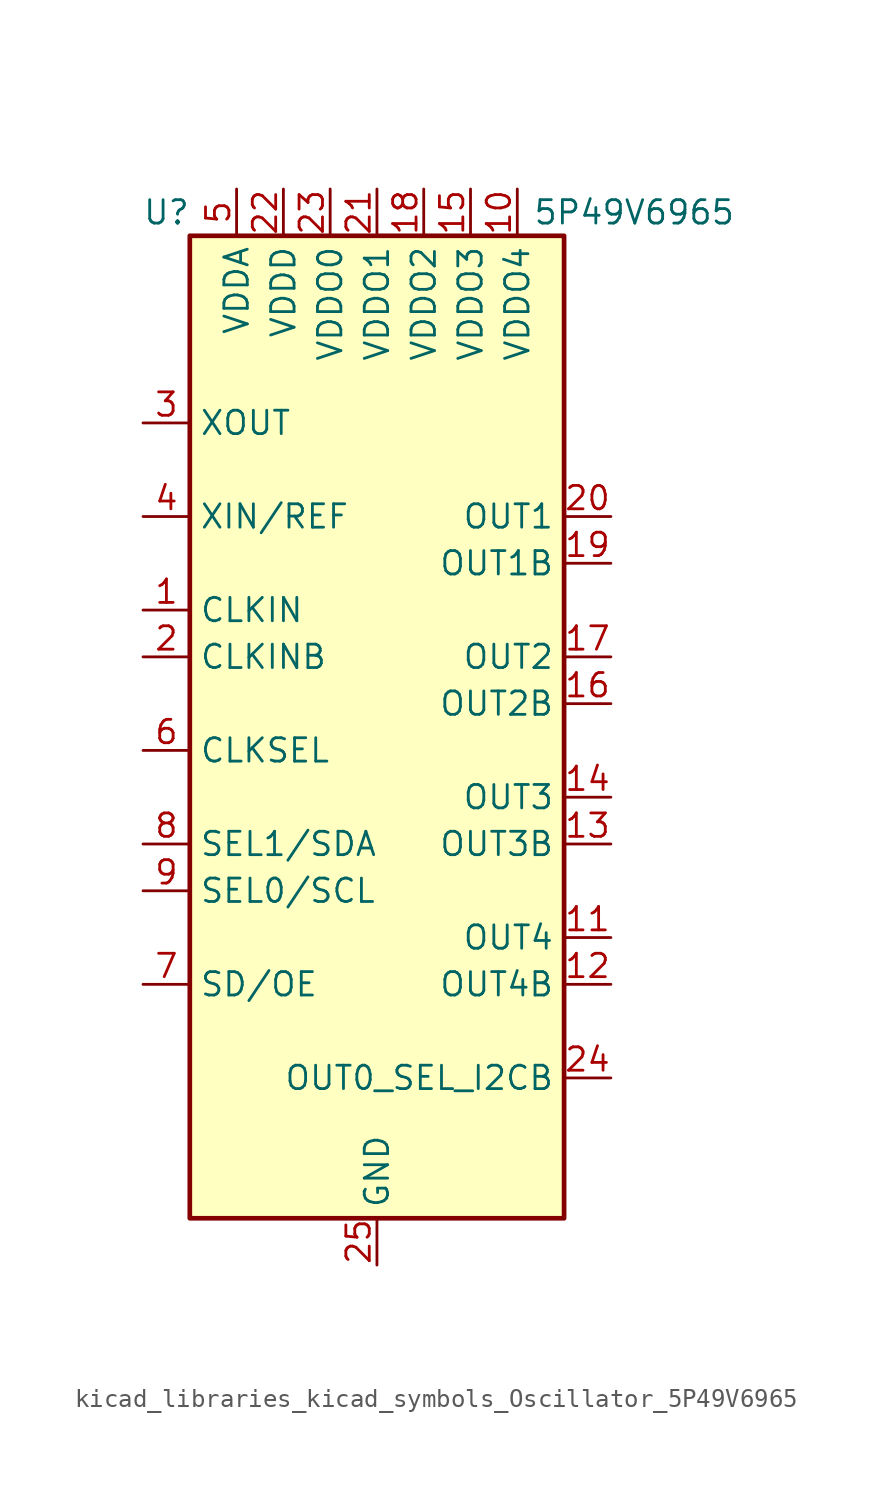
<source format=kicad_sym>
(kicad_symbol_lib
  (version 20220914)
  (generator kicad_symbol_editor)
  (symbol "kicad_libraries_kicad_symbols_Oscillator_5P49V6965"
    (property "Reference" "U"
      (at -11.43 29.21 0)
      (effects (font (size 1.27 1.27))))
    (property "Value" "5P49V6965"
      (at 13.97 29.21 0)
      (effects (font (size 1.27 1.27))))
    (symbol "kicad_libraries_kicad_symbols_Oscillator_5P49V6965_0_1"
      (rectangle (start -10.16 27.94) (end 10.16 -25.4) (stroke (width 0.254) (type default)) (fill (type background))))
    (symbol "kicad_libraries_kicad_symbols_Oscillator_5P49V6965_1_1"
      (pin input line (at -12.7 7.62 0) (length 2.54) (name "CLKIN" (effects (font (size 1.27 1.27)))) (number "1" (effects (font (size 1.27 1.27)))))
      (pin power_in line (at 7.62 30.48 270) (length 2.54) (name "VDDO4" (effects (font (size 1.27 1.27)))) (number "10" (effects (font (size 1.27 1.27)))))
      (pin output line (at 12.7 -10.16 180) (length 2.54) (name "OUT4" (effects (font (size 1.27 1.27)))) (number "11" (effects (font (size 1.27 1.27)))))
      (pin output line (at 12.7 -12.7 180) (length 2.54) (name "OUT4B" (effects (font (size 1.27 1.27)))) (number "12" (effects (font (size 1.27 1.27)))))
      (pin output line (at 12.7 -5.08 180) (length 2.54) (name "OUT3B" (effects (font (size 1.27 1.27)))) (number "13" (effects (font (size 1.27 1.27)))))
      (pin output line (at 12.7 -2.54 180) (length 2.54) (name "OUT3" (effects (font (size 1.27 1.27)))) (number "14" (effects (font (size 1.27 1.27)))))
      (pin power_in line (at 5.08 30.48 270) (length 2.54) (name "VDDO3" (effects (font (size 1.27 1.27)))) (number "15" (effects (font (size 1.27 1.27)))))
      (pin output line (at 12.7 2.54 180) (length 2.54) (name "OUT2B" (effects (font (size 1.27 1.27)))) (number "16" (effects (font (size 1.27 1.27)))))
      (pin output line (at 12.7 5.08 180) (length 2.54) (name "OUT2" (effects (font (size 1.27 1.27)))) (number "17" (effects (font (size 1.27 1.27)))))
      (pin power_in line (at 2.54 30.48 270) (length 2.54) (name "VDDO2" (effects (font (size 1.27 1.27)))) (number "18" (effects (font (size 1.27 1.27)))))
      (pin output line (at 12.7 10.16 180) (length 2.54) (name "OUT1B" (effects (font (size 1.27 1.27)))) (number "19" (effects (font (size 1.27 1.27)))))
      (pin input line (at -12.7 5.08 0) (length 2.54) (name "CLKINB" (effects (font (size 1.27 1.27)))) (number "2" (effects (font (size 1.27 1.27)))))
      (pin output line (at 12.7 12.7 180) (length 2.54) (name "OUT1" (effects (font (size 1.27 1.27)))) (number "20" (effects (font (size 1.27 1.27)))))
      (pin power_in line (at 0 30.48 270) (length 2.54) (name "VDDO1" (effects (font (size 1.27 1.27)))) (number "21" (effects (font (size 1.27 1.27)))))
      (pin power_in line (at -5.08 30.48 270) (length 2.54) (name "VDDD" (effects (font (size 1.27 1.27)))) (number "22" (effects (font (size 1.27 1.27)))))
      (pin power_in line (at -2.54 30.48 270) (length 2.54) (name "VDDO0" (effects (font (size 1.27 1.27)))) (number "23" (effects (font (size 1.27 1.27)))))
      (pin bidirectional line (at 12.7 -17.78 180) (length 2.54) (name "OUT0_SEL_I2CB" (effects (font (size 1.27 1.27)))) (number "24" (effects (font (size 1.27 1.27)))))
      (pin power_in line (at 0 -27.94 90) (length 2.54) (name "GND" (effects (font (size 1.27 1.27)))) (number "25" (effects (font (size 1.27 1.27)))))
      (pin output line (at -12.7 17.78 0) (length 2.54) (name "XOUT" (effects (font (size 1.27 1.27)))) (number "3" (effects (font (size 1.27 1.27)))))
      (pin input line (at -12.7 12.7 0) (length 2.54) (name "XIN/REF" (effects (font (size 1.27 1.27)))) (number "4" (effects (font (size 1.27 1.27)))))
      (pin power_in line (at -7.62 30.48 270) (length 2.54) (name "VDDA" (effects (font (size 1.27 1.27)))) (number "5" (effects (font (size 1.27 1.27)))))
      (pin input line (at -12.7 0 0) (length 2.54) (name "CLKSEL" (effects (font (size 1.27 1.27)))) (number "6" (effects (font (size 1.27 1.27)))))
      (pin input line (at -12.7 -12.7 0) (length 2.54) (name "SD/OE" (effects (font (size 1.27 1.27)))) (number "7" (effects (font (size 1.27 1.27)))))
      (pin bidirectional line (at -12.7 -5.08 0) (length 2.54) (name "SEL1/SDA" (effects (font (size 1.27 1.27)))) (number "8" (effects (font (size 1.27 1.27)))))
      (pin input line (at -12.7 -7.62 0) (length 2.54) (name "SEL0/SCL" (effects (font (size 1.27 1.27)))) (number "9" (effects (font (size 1.27 1.27))))))))
</source>
